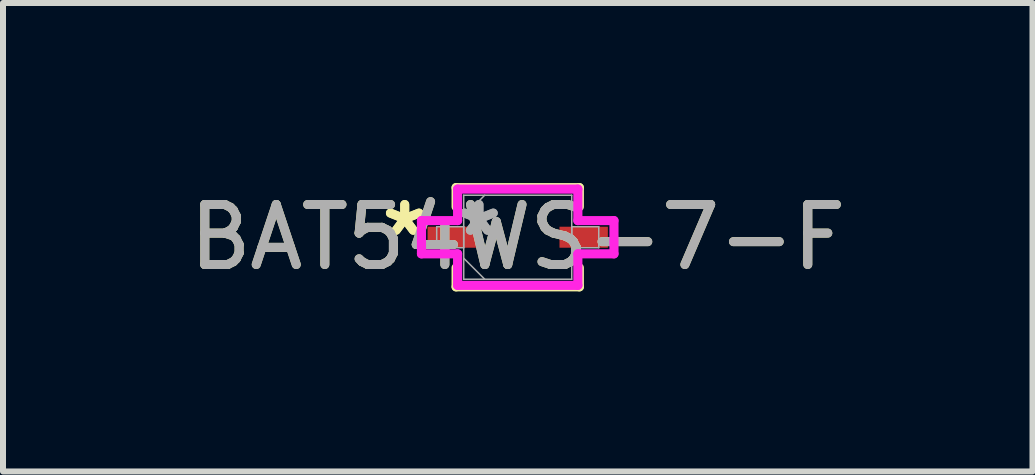
<source format=kicad_pcb>
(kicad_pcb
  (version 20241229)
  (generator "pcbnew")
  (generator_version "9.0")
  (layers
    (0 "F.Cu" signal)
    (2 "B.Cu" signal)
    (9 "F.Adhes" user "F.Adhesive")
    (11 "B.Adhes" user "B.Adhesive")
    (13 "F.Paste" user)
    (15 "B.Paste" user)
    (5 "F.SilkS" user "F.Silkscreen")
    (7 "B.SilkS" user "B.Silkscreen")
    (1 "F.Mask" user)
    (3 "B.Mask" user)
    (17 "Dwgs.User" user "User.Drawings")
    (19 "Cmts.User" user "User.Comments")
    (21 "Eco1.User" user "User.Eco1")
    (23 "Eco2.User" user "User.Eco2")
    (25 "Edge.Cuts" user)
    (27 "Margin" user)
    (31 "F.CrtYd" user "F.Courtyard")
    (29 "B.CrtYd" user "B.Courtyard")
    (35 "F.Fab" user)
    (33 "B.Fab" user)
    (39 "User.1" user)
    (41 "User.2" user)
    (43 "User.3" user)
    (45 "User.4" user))
  (footprint "BAT54WS-7-F"
    (layer "F.Cu")
    (at 5.577 0.903)
    (property "Reference" "BAT54WS-7-F" (at 0 0 0) (unlocked yes) (layer "F.SilkS") (effects (font (size 1 1) (thickness 0.15))))
    (attr smd)
    (fp_line (start -1.027 -0.827) (end -1.027 -0.508) (stroke (width 0.152) (type solid)) (layer "F.SilkS"))
    (fp_line (start -1.027 0.508) (end -1.027 0.827) (stroke (width 0.152) (type solid)) (layer "F.SilkS"))
    (fp_line (start -1.027 0.827) (end 1.027 0.827) (stroke (width 0.152) (type solid)) (layer "F.SilkS"))
    (fp_line (start 1.027 -0.827) (end -1.027 -0.827) (stroke (width 0.152) (type solid)) (layer "F.SilkS"))
    (fp_line (start 1.027 -0.508) (end 1.027 -0.827) (stroke (width 0.152) (type solid)) (layer "F.SilkS"))
    (fp_line (start 1.027 0.827) (end 1.027 0.508) (stroke (width 0.152) (type solid)) (layer "F.SilkS"))
    (fp_line (start -1.604 -0.277) (end -1.002 -0.277) (stroke (width 0.152) (type solid)) (layer "F.CrtYd"))
    (fp_line (start -1.604 0.277) (end -1.604 -0.277) (stroke (width 0.152) (type solid)) (layer "F.CrtYd"))
    (fp_line (start -1.002 -0.802) (end 1.002 -0.802) (stroke (width 0.152) (type solid)) (layer "F.CrtYd"))
    (fp_line (start -1.002 -0.277) (end -1.002 -0.802) (stroke (width 0.152) (type solid)) (layer "F.CrtYd"))
    (fp_line (start -1.002 0.277) (end -1.604 0.277) (stroke (width 0.152) (type solid)) (layer "F.CrtYd"))
    (fp_line (start -1.002 0.802) (end -1.002 0.277) (stroke (width 0.152) (type solid)) (layer "F.CrtYd"))
    (fp_line (start 1.002 -0.802) (end 1.002 -0.277) (stroke (width 0.152) (type solid)) (layer "F.CrtYd"))
    (fp_line (start 1.002 -0.277) (end 1.604 -0.277) (stroke (width 0.152) (type solid)) (layer "F.CrtYd"))
    (fp_line (start 1.002 0.277) (end 1.002 0.802) (stroke (width 0.152) (type solid)) (layer "F.CrtYd"))
    (fp_line (start 1.002 0.802) (end -1.002 0.802) (stroke (width 0.152) (type solid)) (layer "F.CrtYd"))
    (fp_line (start 1.604 -0.277) (end 1.604 0.277) (stroke (width 0.152) (type solid)) (layer "F.CrtYd"))
    (fp_line (start 1.604 0.277) (end 1.002 0.277) (stroke (width 0.152) (type solid)) (layer "F.CrtYd"))
    (fp_line (start -1.35 -0.175) (end -1.35 0.175) (stroke (width 0.025) (type solid)) (layer "F.Fab"))
    (fp_line (start -1.35 0.175) (end -0.9 0.175) (stroke (width 0.025) (type solid)) (layer "F.Fab"))
    (fp_line (start -0.9 -0.7) (end -0.9 0.7) (stroke (width 0.025) (type solid)) (layer "F.Fab"))
    (fp_line (start -0.9 -0.35) (end -0.55 -0.7) (stroke (width 0.025) (type solid)) (layer "F.Fab"))
    (fp_line (start -0.9 -0.175) (end -1.35 -0.175) (stroke (width 0.025) (type solid)) (layer "F.Fab"))
    (fp_line (start -0.9 0.175) (end -0.9 -0.175) (stroke (width 0.025) (type solid)) (layer "F.Fab"))
    (fp_line (start -0.9 0.35) (end -0.55 0.7) (stroke (width 0.025) (type solid)) (layer "F.Fab"))
    (fp_line (start -0.9 0.7) (end 0.9 0.7) (stroke (width 0.025) (type solid)) (layer "F.Fab"))
    (fp_line (start 0.9 -0.7) (end -0.9 -0.7) (stroke (width 0.025) (type solid)) (layer "F.Fab"))
    (fp_line (start 0.9 -0.175) (end 0.9 0.175) (stroke (width 0.025) (type solid)) (layer "F.Fab"))
    (fp_line (start 0.9 0.175) (end 1.35 0.175) (stroke (width 0.025) (type solid)) (layer "F.Fab"))
    (fp_line (start 0.9 0.7) (end 0.9 -0.7) (stroke (width 0.025) (type solid)) (layer "F.Fab"))
    (fp_line (start 1.35 -0.175) (end 0.9 -0.175) (stroke (width 0.025) (type solid)) (layer "F.Fab"))
    (fp_line (start 1.35 0.175) (end 1.35 -0.175) (stroke (width 0.025) (type solid)) (layer "F.Fab"))
    (fp_text user "*" (at -1.883 0 0) (layer "F.SilkS") (effects (font (size 1 1) (thickness 0.15))))
    (fp_text user "*" (at -1.883 0 0) (unlocked yes) (layer "F.SilkS") (effects (font (size 1 1) (thickness 0.15))))
    (fp_text user "*" (at -0.646 0 0) (layer "F.Fab") (effects (font (size 1 1) (thickness 0.15))))
    (fp_text user "${REFERENCE}" (at 0 0 0) (unlocked yes) (layer "F.Fab") (effects (font (size 1 1) (thickness 0.15))))
    (fp_text user "*" (at -0.646 0 0) (unlocked yes) (layer "F.Fab") (effects (font (size 1 1) (thickness 0.15))))
    (pad "1" smd rect (at -1.099 0) (size 0.806 0.35) (layers "F.Cu" "F.Mask" "F.Paste"))
    (pad "2" smd rect (at 1.099 0) (size 0.806 0.35) (layers "F.Cu" "F.Mask" "F.Paste")))
  (gr_rect
    (start -3 -3)
    (end 14.155 4.806)
    (stroke (width 0.1) (type default))
    (fill no)
    (layer "Edge.Cuts")))
</source>
